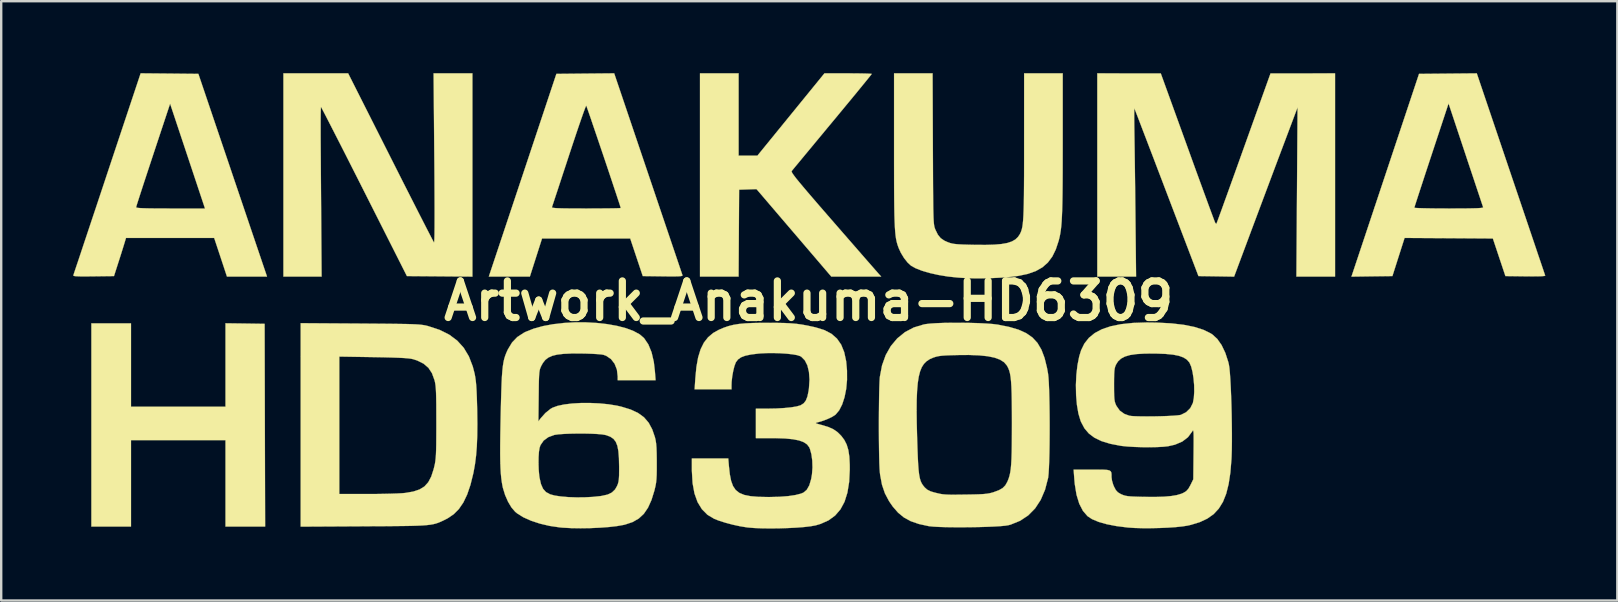
<source format=kicad_pcb>
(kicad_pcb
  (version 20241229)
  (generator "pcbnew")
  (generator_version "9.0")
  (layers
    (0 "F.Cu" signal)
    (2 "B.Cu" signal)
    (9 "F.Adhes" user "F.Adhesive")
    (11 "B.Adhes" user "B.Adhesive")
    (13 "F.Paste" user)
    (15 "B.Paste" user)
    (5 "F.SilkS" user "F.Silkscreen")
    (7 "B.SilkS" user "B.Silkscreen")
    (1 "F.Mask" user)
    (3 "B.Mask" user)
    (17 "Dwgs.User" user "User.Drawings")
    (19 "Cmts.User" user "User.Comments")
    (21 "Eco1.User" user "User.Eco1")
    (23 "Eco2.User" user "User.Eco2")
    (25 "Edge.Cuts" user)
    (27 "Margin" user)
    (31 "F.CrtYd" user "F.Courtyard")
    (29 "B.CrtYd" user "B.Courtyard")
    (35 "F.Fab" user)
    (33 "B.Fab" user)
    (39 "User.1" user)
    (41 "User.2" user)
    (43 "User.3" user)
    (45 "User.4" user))
  (footprint "Artwork_Anakuma-HD6309"
    (layer "F.Cu")
    (at 30.644 9.489)
    (property "Reference" "Artwork_Anakuma-HD6309" (at 0 0 0) (layer "F.SilkS") (effects (font (size 1.524 1.524) (thickness 0.3))))
    (attr through_hole)
    (fp_poly (pts (xy -23.484 0.941) (xy -22.669 0.953) (xy -22.659 5.175) (xy -22.648 9.398) (xy -24.299 9.398) (xy -24.299 5.8) (xy -28.236 5.8) (xy -28.236 9.398) (xy -29.887 9.398) (xy -29.887 0.931) (xy -28.236 0.931) (xy -28.236 4.403) (xy -24.299 4.403) (xy -24.299 0.93) (xy -23.484 0.941)) (stroke (width 0.01) (type solid)) (fill yes) (layer "F.SilkS"))
    (fp_poly (pts (xy -17.421 -5.98) (xy -17.164 -5.471) (xy -16.918 -4.983) (xy -16.684 -4.523) (xy -16.466 -4.094) (xy -16.267 -3.702) (xy -16.089 -3.354) (xy -15.935 -3.053) (xy -15.807 -2.805) (xy -15.709 -2.616) (xy -15.644 -2.492) (xy -15.613 -2.436) (xy -15.611 -2.434) (xy -15.603 -2.467) (xy -15.596 -2.585) (xy -15.591 -2.787) (xy -15.588 -3.073) (xy -15.587 -3.443) (xy -15.587 -3.898) (xy -15.589 -4.435) (xy -15.592 -5.057) (xy -15.597 -5.762) (xy -15.599 -5.937) (xy -15.629 -9.483) (xy -14.012 -9.483) (xy -14.012 -1.015) (xy -15.377 -1.026) (xy -16.741 -1.037) (xy -18.52 -4.561) (xy -18.777 -5.07) (xy -19.024 -5.557) (xy -19.257 -6.017) (xy -19.474 -6.444) (xy -19.673 -6.833) (xy -19.85 -7.18) (xy -20.003 -7.478) (xy -20.129 -7.723) (xy -20.226 -7.909) (xy -20.29 -8.031) (xy -20.32 -8.083) (xy -20.322 -8.085) (xy -20.326 -8.044) (xy -20.33 -7.928) (xy -20.333 -7.745) (xy -20.335 -7.504) (xy -20.335 -7.213) (xy -20.335 -6.883) (xy -20.333 -6.522) (xy -20.332 -6.382) (xy -20.329 -5.93) (xy -20.326 -5.418) (xy -20.322 -4.867) (xy -20.318 -4.303) (xy -20.314 -3.748) (xy -20.31 -3.227) (xy -20.308 -2.847) (xy -20.295 -1.016) (xy -21.886 -1.016) (xy -21.886 -9.483) (xy -19.189 -9.483) (xy -17.421 -5.98)) (stroke (width 0.01) (type solid)) (fill yes) (layer "F.SilkS"))
    (fp_poly (pts (xy -2.921 -6.054) (xy -2.529 -6.054) (xy -2.138 -6.054) (xy 0.655 -9.483) (xy 1.64 -9.483) (xy 1.918 -9.482) (xy 2.166 -9.479) (xy 2.372 -9.475) (xy 2.524 -9.469) (xy 2.61 -9.463) (xy 2.625 -9.458) (xy 2.598 -9.422) (xy 2.523 -9.327) (xy 2.402 -9.178) (xy 2.241 -8.981) (xy 2.045 -8.741) (xy 1.818 -8.465) (xy 1.564 -8.158) (xy 1.289 -7.825) (xy 0.997 -7.473) (xy 0.984 -7.457) (xy 0.69 -7.103) (xy 0.411 -6.767) (xy 0.152 -6.454) (xy -0.082 -6.172) (xy -0.286 -5.926) (xy -0.455 -5.721) (xy -0.586 -5.564) (xy -0.671 -5.46) (xy -0.708 -5.415) (xy -0.708 -5.415) (xy -0.712 -5.394) (xy -0.699 -5.356) (xy -0.665 -5.299) (xy -0.606 -5.216) (xy -0.52 -5.103) (xy -0.401 -4.957) (xy -0.247 -4.773) (xy -0.054 -4.545) (xy 0.181 -4.271) (xy 0.463 -3.944) (xy 0.795 -3.562) (xy 1.042 -3.278) (xy 1.356 -2.917) (xy 1.655 -2.574) (xy 1.935 -2.253) (xy 2.19 -1.96) (xy 2.415 -1.702) (xy 2.607 -1.483) (xy 2.759 -1.309) (xy 2.867 -1.186) (xy 2.925 -1.119) (xy 2.933 -1.111) (xy 3.02 -1.016) (xy 0.941 -1.016) (xy -0.617 -2.838) (xy -2.175 -4.66) (xy -2.538 -4.648) (xy -2.9 -4.636) (xy -2.922 -1.016) (xy -4.53 -1.016) (xy -4.53 -9.483) (xy -2.921 -9.483) (xy -2.921 -6.054)) (stroke (width 0.01) (type solid)) (fill yes) (layer "F.SilkS"))
    (fp_poly (pts (xy -26.632 -9.473) (xy -25.429 -9.461) (xy -24.72 -7.366) (xy -24.551 -6.867) (xy -24.362 -6.309) (xy -24.16 -5.714) (xy -23.953 -5.101) (xy -23.747 -4.494) (xy -23.55 -3.912) (xy -23.369 -3.377) (xy -23.29 -3.143) (xy -22.569 -1.016) (xy -24.238 -1.016) (xy -24.504 -1.82) (xy -24.771 -2.625) (xy -28.444 -2.625) (xy -28.531 -2.339) (xy -28.58 -2.181) (xy -28.645 -1.972) (xy -28.719 -1.741) (xy -28.782 -1.545) (xy -28.945 -1.037) (xy -29.802 -1.026) (xy -30.102 -1.023) (xy -30.325 -1.023) (xy -30.482 -1.028) (xy -30.581 -1.036) (xy -30.63 -1.05) (xy -30.639 -1.068) (xy -30.623 -1.115) (xy -30.583 -1.237) (xy -30.519 -1.428) (xy -30.433 -1.683) (xy -30.328 -1.998) (xy -30.206 -2.366) (xy -30.067 -2.782) (xy -29.914 -3.241) (xy -29.748 -3.738) (xy -29.692 -3.905) (xy -28.023 -3.905) (xy -28.006 -3.89) (xy -27.949 -3.878) (xy -27.845 -3.869) (xy -27.688 -3.862) (xy -27.47 -3.857) (xy -27.186 -3.854) (xy -26.827 -3.853) (xy -26.589 -3.852) (xy -25.153 -3.852) (xy -25.88 -6.036) (xy -26.607 -8.219) (xy -27.314 -6.088) (xy -27.448 -5.681) (xy -27.575 -5.297) (xy -27.691 -4.945) (xy -27.793 -4.631) (xy -27.88 -4.364) (xy -27.948 -4.151) (xy -27.996 -4) (xy -28.02 -3.917) (xy -28.023 -3.905) (xy -29.692 -3.905) (xy -29.572 -4.266) (xy -29.387 -4.821) (xy -29.227 -5.303) (xy -27.834 -9.484) (xy -26.632 -9.473)) (stroke (width 0.01) (type solid)) (fill yes) (layer "F.SilkS"))
    (fp_poly (pts (xy 29.252 -5.289) (xy 29.446 -4.715) (xy 29.633 -4.164) (xy 29.81 -3.641) (xy 29.976 -3.15) (xy 30.129 -2.698) (xy 30.267 -2.29) (xy 30.388 -1.93) (xy 30.492 -1.625) (xy 30.575 -1.38) (xy 30.636 -1.199) (xy 30.673 -1.089) (xy 30.685 -1.055) (xy 30.649 -1.041) (xy 30.536 -1.031) (xy 30.35 -1.025) (xy 30.1 -1.024) (xy 29.863 -1.026) (xy 29.027 -1.037) (xy 28.765 -1.82) (xy 28.504 -2.603) (xy 26.665 -2.615) (xy 24.826 -2.626) (xy 24.572 -1.831) (xy 24.319 -1.037) (xy 23.466 -1.026) (xy 22.612 -1.014) (xy 23.569 -3.884) (xy 25.232 -3.884) (xy 25.272 -3.877) (xy 25.388 -3.87) (xy 25.568 -3.864) (xy 25.805 -3.859) (xy 26.087 -3.855) (xy 26.405 -3.853) (xy 26.675 -3.852) (xy 27.077 -3.853) (xy 27.401 -3.855) (xy 27.655 -3.859) (xy 27.844 -3.864) (xy 27.976 -3.872) (xy 28.057 -3.882) (xy 28.095 -3.895) (xy 28.099 -3.905) (xy 28.082 -3.954) (xy 28.041 -4.076) (xy 27.979 -4.263) (xy 27.897 -4.508) (xy 27.799 -4.802) (xy 27.687 -5.139) (xy 27.563 -5.51) (xy 27.43 -5.908) (xy 27.369 -6.093) (xy 26.658 -8.229) (xy 25.945 -6.072) (xy 25.81 -5.663) (xy 25.683 -5.278) (xy 25.568 -4.925) (xy 25.465 -4.611) (xy 25.378 -4.344) (xy 25.309 -4.131) (xy 25.26 -3.979) (xy 25.235 -3.897) (xy 25.232 -3.884) (xy 23.569 -3.884) (xy 24.02 -5.238) (xy 25.428 -9.461) (xy 27.834 -9.483) (xy 29.252 -5.289)) (stroke (width 0.01) (type solid)) (fill yes) (layer "F.SilkS"))
    (fp_poly (pts (xy 21.929 -1.016) (xy 20.319 -1.016) (xy 20.367 -8.065) (xy 19.737 -6.392) (xy 19.577 -5.968) (xy 19.395 -5.484) (xy 19.2 -4.963) (xy 18.998 -4.424) (xy 18.797 -3.888) (xy 18.606 -3.377) (xy 18.431 -2.911) (xy 18.415 -2.867) (xy 17.723 -1.014) (xy 16.981 -1.026) (xy 16.238 -1.037) (xy 14.914 -4.508) (xy 14.717 -5.026) (xy 14.528 -5.521) (xy 14.35 -5.989) (xy 14.184 -6.422) (xy 14.034 -6.815) (xy 13.9 -7.163) (xy 13.787 -7.461) (xy 13.695 -7.701) (xy 13.626 -7.878) (xy 13.584 -7.987) (xy 13.57 -8.022) (xy 13.565 -7.993) (xy 13.562 -7.89) (xy 13.561 -7.724) (xy 13.562 -7.504) (xy 13.565 -7.243) (xy 13.569 -6.964) (xy 13.573 -6.706) (xy 13.578 -6.376) (xy 13.583 -5.987) (xy 13.589 -5.551) (xy 13.595 -5.082) (xy 13.601 -4.593) (xy 13.606 -4.095) (xy 13.612 -3.602) (xy 13.613 -3.44) (xy 13.639 -1.016) (xy 12.023 -1.016) (xy 12.023 -9.483) (xy 13.346 -9.482) (xy 14.668 -9.482) (xy 15.785 -6.397) (xy 15.962 -5.907) (xy 16.131 -5.44) (xy 16.291 -5.002) (xy 16.438 -4.599) (xy 16.571 -4.236) (xy 16.686 -3.921) (xy 16.783 -3.66) (xy 16.858 -3.458) (xy 16.909 -3.323) (xy 16.934 -3.259) (xy 16.936 -3.255) (xy 16.975 -3.216) (xy 16.988 -3.219) (xy 17.004 -3.261) (xy 17.047 -3.376) (xy 17.114 -3.56) (xy 17.203 -3.804) (xy 17.311 -4.104) (xy 17.438 -4.454) (xy 17.579 -4.847) (xy 17.734 -5.276) (xy 17.899 -5.737) (xy 18.073 -6.223) (xy 18.122 -6.36) (xy 19.241 -9.482) (xy 20.585 -9.482) (xy 21.929 -9.483) (xy 21.929 -1.016)) (stroke (width 0.01) (type solid)) (fill yes) (layer "F.SilkS"))
    (fp_poly (pts (xy -6.691 -5.303) (xy -6.497 -4.73) (xy -6.311 -4.179) (xy -6.134 -3.656) (xy -5.968 -3.165) (xy -5.815 -2.713) (xy -5.677 -2.305) (xy -5.555 -1.945) (xy -5.452 -1.64) (xy -5.369 -1.394) (xy -5.308 -1.213) (xy -5.27 -1.103) (xy -5.258 -1.068) (xy -5.268 -1.049) (xy -5.319 -1.036) (xy -5.419 -1.027) (xy -5.578 -1.023) (xy -5.805 -1.023) (xy -6.077 -1.026) (xy -6.914 -1.037) (xy -7.176 -1.82) (xy -7.437 -2.603) (xy -11.111 -2.603) (xy -11.364 -1.81) (xy -11.618 -1.016) (xy -13.328 -1.016) (xy -12.365 -3.905) (xy -10.7 -3.905) (xy -10.688 -3.89) (xy -10.638 -3.879) (xy -10.542 -3.869) (xy -10.393 -3.862) (xy -10.185 -3.857) (xy -9.911 -3.854) (xy -9.563 -3.853) (xy -9.276 -3.852) (xy -8.935 -3.853) (xy -8.624 -3.855) (xy -8.351 -3.857) (xy -8.125 -3.86) (xy -7.957 -3.864) (xy -7.857 -3.869) (xy -7.832 -3.872) (xy -7.845 -3.919) (xy -7.882 -4.036) (xy -7.941 -4.215) (xy -8.017 -4.447) (xy -8.109 -4.722) (xy -8.212 -5.032) (xy -8.324 -5.368) (xy -8.442 -5.72) (xy -8.563 -6.079) (xy -8.684 -6.436) (xy -8.801 -6.782) (xy -8.912 -7.108) (xy -9.013 -7.405) (xy -9.101 -7.664) (xy -9.174 -7.875) (xy -9.229 -8.031) (xy -9.261 -8.12) (xy -9.269 -8.139) (xy -9.287 -8.106) (xy -9.329 -8) (xy -9.392 -7.828) (xy -9.473 -7.598) (xy -9.57 -7.316) (xy -9.681 -6.99) (xy -9.802 -6.627) (xy -9.932 -6.235) (xy -9.988 -6.065) (xy -10.121 -5.659) (xy -10.247 -5.278) (xy -10.362 -4.927) (xy -10.464 -4.616) (xy -10.552 -4.352) (xy -10.621 -4.141) (xy -10.67 -3.993) (xy -10.696 -3.915) (xy -10.7 -3.905) (xy -12.365 -3.905) (xy -11.92 -5.239) (xy -10.513 -9.461) (xy -9.309 -9.473) (xy -8.105 -9.484) (xy -6.691 -5.303)) (stroke (width 0.01) (type solid)) (fill yes) (layer "F.SilkS"))
    (fp_poly (pts (xy -18.68 0.942) (xy -18.156 0.946) (xy -17.71 0.949) (xy -17.333 0.953) (xy -17.02 0.957) (xy -16.762 0.961) (xy -16.552 0.967) (xy -16.384 0.974) (xy -16.248 0.982) (xy -16.139 0.993) (xy -16.049 1.005) (xy -15.971 1.019) (xy -15.897 1.037) (xy -15.854 1.048) (xy -15.383 1.203) (xy -14.982 1.402) (xy -14.647 1.65) (xy -14.374 1.951) (xy -14.159 2.309) (xy -13.997 2.729) (xy -13.92 3.027) (xy -13.893 3.171) (xy -13.871 3.33) (xy -13.853 3.518) (xy -13.839 3.746) (xy -13.827 4.029) (xy -13.817 4.378) (xy -13.813 4.555) (xy -13.806 5.122) (xy -13.811 5.617) (xy -13.828 6.054) (xy -13.859 6.443) (xy -13.904 6.799) (xy -13.964 7.133) (xy -13.975 7.184) (xy -14.093 7.662) (xy -14.23 8.063) (xy -14.389 8.396) (xy -14.574 8.667) (xy -14.791 8.885) (xy -15.043 9.056) (xy -15.132 9.102) (xy -15.242 9.156) (xy -15.34 9.201) (xy -15.435 9.24) (xy -15.533 9.273) (xy -15.641 9.3) (xy -15.767 9.322) (xy -15.917 9.339) (xy -16.099 9.353) (xy -16.319 9.363) (xy -16.585 9.371) (xy -16.904 9.376) (xy -17.283 9.38) (xy -17.729 9.384) (xy -18.249 9.386) (xy -18.531 9.388) (xy -21.167 9.402) (xy -21.167 8.043) (xy -19.558 8.043) (xy -18.361 8.043) (xy -18.029 8.042) (xy -17.706 8.037) (xy -17.406 8.03) (xy -17.145 8.021) (xy -16.939 8.01) (xy -16.805 7.998) (xy -16.476 7.941) (xy -16.215 7.854) (xy -16.01 7.728) (xy -15.851 7.552) (xy -15.727 7.316) (xy -15.627 7.009) (xy -15.594 6.875) (xy -15.572 6.775) (xy -15.555 6.669) (xy -15.542 6.548) (xy -15.531 6.401) (xy -15.524 6.217) (xy -15.519 5.987) (xy -15.517 5.7) (xy -15.515 5.345) (xy -15.515 5.059) (xy -15.516 4.653) (xy -15.517 4.322) (xy -15.521 4.056) (xy -15.526 3.845) (xy -15.534 3.679) (xy -15.545 3.549) (xy -15.559 3.444) (xy -15.577 3.355) (xy -15.59 3.302) (xy -15.696 3.011) (xy -15.845 2.785) (xy -16.047 2.612) (xy -16.312 2.481) (xy -16.481 2.426) (xy -16.569 2.407) (xy -16.695 2.391) (xy -16.867 2.377) (xy -17.092 2.366) (xy -17.379 2.356) (xy -17.735 2.347) (xy -18.129 2.34) (xy -19.558 2.317) (xy -19.558 8.043) (xy -21.167 8.043) (xy -21.167 0.926) (xy -18.68 0.942)) (stroke (width 0.01) (type solid)) (fill yes) (layer "F.SilkS"))
    (fp_poly (pts (xy 5.173 -6.339) (xy 5.176 -5.749) (xy 5.178 -5.237) (xy 5.18 -4.797) (xy 5.183 -4.424) (xy 5.186 -4.111) (xy 5.189 -3.853) (xy 5.194 -3.642) (xy 5.199 -3.474) (xy 5.206 -3.342) (xy 5.214 -3.239) (xy 5.224 -3.16) (xy 5.235 -3.099) (xy 5.248 -3.05) (xy 5.264 -3.006) (xy 5.279 -2.968) (xy 5.38 -2.763) (xy 5.497 -2.618) (xy 5.654 -2.511) (xy 5.796 -2.448) (xy 5.885 -2.416) (xy 5.976 -2.392) (xy 6.085 -2.374) (xy 6.224 -2.361) (xy 6.407 -2.351) (xy 6.65 -2.344) (xy 6.921 -2.338) (xy 7.365 -2.335) (xy 7.733 -2.346) (xy 8.033 -2.372) (xy 8.274 -2.415) (xy 8.463 -2.478) (xy 8.61 -2.562) (xy 8.721 -2.669) (xy 8.792 -2.775) (xy 8.825 -2.84) (xy 8.854 -2.91) (xy 8.879 -2.992) (xy 8.901 -3.091) (xy 8.918 -3.213) (xy 8.933 -3.365) (xy 8.945 -3.552) (xy 8.954 -3.78) (xy 8.962 -4.056) (xy 8.967 -4.386) (xy 8.97 -4.774) (xy 8.973 -5.229) (xy 8.974 -5.754) (xy 8.974 -6.358) (xy 8.974 -6.488) (xy 8.975 -9.483) (xy 10.583 -9.483) (xy 10.583 -6.551) (xy 10.582 -5.916) (xy 10.581 -5.359) (xy 10.578 -4.874) (xy 10.574 -4.455) (xy 10.568 -4.094) (xy 10.56 -3.785) (xy 10.549 -3.522) (xy 10.537 -3.299) (xy 10.521 -3.109) (xy 10.502 -2.945) (xy 10.48 -2.801) (xy 10.454 -2.671) (xy 10.424 -2.548) (xy 10.413 -2.506) (xy 10.295 -2.149) (xy 10.148 -1.849) (xy 9.964 -1.602) (xy 9.737 -1.402) (xy 9.46 -1.245) (xy 9.125 -1.127) (xy 8.725 -1.043) (xy 8.254 -0.988) (xy 8.043 -0.974) (xy 7.61 -0.952) (xy 7.235 -0.941) (xy 6.892 -0.941) (xy 6.553 -0.953) (xy 6.195 -0.976) (xy 6.192 -0.977) (xy 5.794 -1.019) (xy 5.407 -1.083) (xy 5.044 -1.164) (xy 4.722 -1.258) (xy 4.455 -1.363) (xy 4.266 -1.467) (xy 4.122 -1.598) (xy 3.974 -1.785) (xy 3.841 -2.003) (xy 3.754 -2.191) (xy 3.718 -2.286) (xy 3.688 -2.38) (xy 3.661 -2.482) (xy 3.638 -2.596) (xy 3.619 -2.729) (xy 3.603 -2.887) (xy 3.59 -3.077) (xy 3.58 -3.303) (xy 3.571 -3.573) (xy 3.565 -3.892) (xy 3.561 -4.266) (xy 3.558 -4.702) (xy 3.557 -5.206) (xy 3.556 -5.783) (xy 3.556 -6.292) (xy 3.556 -9.483) (xy 5.161 -9.483) (xy 5.173 -6.339)) (stroke (width 0.01) (type solid)) (fill yes) (layer "F.SilkS"))
    (fp_poly (pts (xy -1.334 0.913) (xy -1.019 0.919) (xy -0.753 0.932) (xy -0.516 0.952) (xy -0.291 0.983) (xy -0.06 1.025) (xy 0.197 1.08) (xy 0.302 1.105) (xy 0.654 1.214) (xy 0.944 1.366) (xy 1.175 1.566) (xy 1.352 1.82) (xy 1.479 2.134) (xy 1.56 2.512) (xy 1.595 2.9) (xy 1.596 3.293) (xy 1.561 3.668) (xy 1.492 4.011) (xy 1.394 4.311) (xy 1.27 4.555) (xy 1.123 4.73) (xy 1.094 4.754) (xy 0.946 4.844) (xy 0.747 4.935) (xy 0.528 5.014) (xy 0.36 5.06) (xy 0.303 5.076) (xy 0.298 5.093) (xy 0.354 5.116) (xy 0.48 5.152) (xy 0.536 5.166) (xy 0.813 5.249) (xy 1.028 5.346) (xy 1.204 5.469) (xy 1.35 5.614) (xy 1.484 5.791) (xy 1.582 5.985) (xy 1.651 6.213) (xy 1.692 6.486) (xy 1.709 6.821) (xy 1.71 7.027) (xy 1.684 7.541) (xy 1.612 7.986) (xy 1.493 8.365) (xy 1.323 8.681) (xy 1.102 8.938) (xy 0.827 9.14) (xy 0.496 9.288) (xy 0.287 9.35) (xy 0.086 9.386) (xy -0.182 9.418) (xy -0.5 9.443) (xy -0.853 9.461) (xy -1.223 9.473) (xy -1.592 9.477) (xy -1.945 9.473) (xy -2.264 9.46) (xy -2.533 9.438) (xy -2.574 9.433) (xy -2.859 9.387) (xy -3.17 9.319) (xy -3.478 9.237) (xy -3.754 9.149) (xy -3.937 9.077) (xy -4.22 8.908) (xy -4.451 8.675) (xy -4.631 8.38) (xy -4.76 8.019) (xy -4.838 7.592) (xy -4.867 7.097) (xy -4.868 7.059) (xy -4.868 6.562) (xy -3.352 6.562) (xy -3.324 6.89) (xy -3.287 7.224) (xy -3.233 7.496) (xy -3.154 7.712) (xy -3.042 7.877) (xy -2.888 7.998) (xy -2.684 8.082) (xy -2.423 8.134) (xy -2.095 8.161) (xy -1.693 8.169) (xy -1.635 8.169) (xy -1.219 8.159) (xy -0.856 8.131) (xy -0.554 8.086) (xy -0.322 8.027) (xy -0.219 7.984) (xy -0.082 7.869) (xy 0.025 7.68) (xy 0.103 7.415) (xy 0.137 7.215) (xy 0.157 6.937) (xy 0.148 6.652) (xy 0.113 6.388) (xy 0.053 6.17) (xy 0.021 6.095) (xy -0.069 5.977) (xy -0.208 5.883) (xy -0.403 5.811) (xy -0.659 5.761) (xy -0.984 5.729) (xy -1.384 5.716) (xy -1.532 5.715) (xy -2.201 5.715) (xy -2.201 4.487) (xy -1.704 4.487) (xy -1.347 4.48) (xy -1.02 4.461) (xy -0.736 4.433) (xy -0.509 4.396) (xy -0.35 4.351) (xy -0.328 4.341) (xy -0.207 4.262) (xy -0.118 4.146) (xy -0.053 3.978) (xy -0.005 3.746) (xy 0.01 3.635) (xy 0.033 3.275) (xy 0.01 2.956) (xy -0.055 2.686) (xy -0.162 2.474) (xy -0.307 2.327) (xy -0.353 2.3) (xy -0.478 2.258) (xy -0.67 2.224) (xy -0.912 2.197) (xy -1.187 2.179) (xy -1.477 2.17) (xy -1.766 2.173) (xy -2.036 2.187) (xy -2.1 2.193) (xy -2.408 2.231) (xy -2.644 2.281) (xy -2.818 2.347) (xy -2.943 2.434) (xy -3.029 2.547) (xy -3.041 2.568) (xy -3.096 2.715) (xy -3.146 2.917) (xy -3.187 3.145) (xy -3.212 3.372) (xy -3.217 3.511) (xy -3.217 3.683) (xy -4.754 3.683) (xy -4.724 3.228) (xy -4.679 2.751) (xy -4.607 2.348) (xy -4.504 2.013) (xy -4.367 1.736) (xy -4.192 1.512) (xy -3.977 1.332) (xy -3.746 1.203) (xy -3.544 1.116) (xy -3.346 1.048) (xy -3.138 0.996) (xy -2.906 0.958) (xy -2.638 0.933) (xy -2.318 0.918) (xy -1.934 0.911) (xy -1.714 0.911) (xy -1.334 0.913)) (stroke (width 0.01) (type solid)) (fill yes) (layer "F.SilkS"))
    (fp_poly (pts (xy 6.712 0.914) (xy 7.065 0.924) (xy 7.388 0.94) (xy 7.663 0.96) (xy 7.875 0.986) (xy 7.886 0.988) (xy 8.351 1.081) (xy 8.74 1.196) (xy 9.061 1.341) (xy 9.322 1.523) (xy 9.532 1.751) (xy 9.697 2.032) (xy 9.826 2.373) (xy 9.927 2.783) (xy 9.971 3.027) (xy 9.988 3.18) (xy 10.003 3.404) (xy 10.015 3.687) (xy 10.024 4.016) (xy 10.031 4.382) (xy 10.036 4.771) (xy 10.038 5.173) (xy 10.037 5.575) (xy 10.034 5.966) (xy 10.028 6.334) (xy 10.019 6.668) (xy 10.008 6.956) (xy 9.994 7.186) (xy 9.978 7.347) (xy 9.972 7.38) (xy 9.846 7.865) (xy 9.666 8.286) (xy 9.433 8.642) (xy 9.146 8.933) (xy 8.808 9.158) (xy 8.418 9.316) (xy 8.33 9.34) (xy 8.2 9.362) (xy 7.999 9.381) (xy 7.74 9.397) (xy 7.437 9.41) (xy 7.103 9.42) (xy 6.751 9.426) (xy 6.395 9.429) (xy 6.049 9.428) (xy 5.725 9.424) (xy 5.437 9.415) (xy 5.198 9.402) (xy 5.023 9.385) (xy 4.988 9.379) (xy 4.586 9.291) (xy 4.251 9.175) (xy 3.969 9.022) (xy 3.724 8.821) (xy 3.5 8.564) (xy 3.348 8.343) (xy 3.176 8.019) (xy 3.053 7.658) (xy 2.975 7.241) (xy 2.963 7.135) (xy 2.952 6.98) (xy 2.942 6.755) (xy 2.935 6.471) (xy 2.929 6.141) (xy 2.925 5.778) (xy 2.923 5.395) (xy 2.923 5.004) (xy 2.925 4.618) (xy 2.926 4.57) (xy 4.495 4.57) (xy 4.501 5.091) (xy 4.516 5.689) (xy 4.516 5.694) (xy 4.53 6.134) (xy 4.544 6.498) (xy 4.559 6.796) (xy 4.577 7.035) (xy 4.599 7.225) (xy 4.627 7.376) (xy 4.661 7.495) (xy 4.704 7.591) (xy 4.756 7.674) (xy 4.819 7.753) (xy 4.828 7.764) (xy 4.938 7.863) (xy 5.08 7.933) (xy 5.218 7.975) (xy 5.354 8.009) (xy 5.469 8.035) (xy 5.577 8.053) (xy 5.694 8.064) (xy 5.835 8.071) (xy 6.014 8.073) (xy 6.248 8.071) (xy 6.551 8.067) (xy 6.562 8.067) (xy 6.868 8.062) (xy 7.105 8.055) (xy 7.287 8.045) (xy 7.429 8.03) (xy 7.546 8.01) (xy 7.654 7.982) (xy 7.709 7.965) (xy 7.928 7.883) (xy 8.082 7.793) (xy 8.193 7.68) (xy 8.278 7.527) (xy 8.289 7.502) (xy 8.331 7.395) (xy 8.366 7.28) (xy 8.395 7.15) (xy 8.418 6.995) (xy 8.435 6.807) (xy 8.448 6.578) (xy 8.457 6.298) (xy 8.462 5.959) (xy 8.465 5.553) (xy 8.466 5.08) (xy 8.465 4.597) (xy 8.461 4.191) (xy 8.455 3.853) (xy 8.445 3.575) (xy 8.43 3.348) (xy 8.411 3.166) (xy 8.385 3.018) (xy 8.353 2.898) (xy 8.313 2.796) (xy 8.265 2.705) (xy 8.252 2.684) (xy 8.138 2.552) (xy 7.97 2.445) (xy 7.745 2.362) (xy 7.457 2.303) (xy 7.1 2.266) (xy 6.671 2.25) (xy 6.246 2.253) (xy 5.952 2.26) (xy 5.727 2.268) (xy 5.556 2.28) (xy 5.424 2.297) (xy 5.315 2.32) (xy 5.213 2.352) (xy 5.186 2.361) (xy 5.037 2.427) (xy 4.91 2.511) (xy 4.802 2.619) (xy 4.712 2.758) (xy 4.64 2.934) (xy 4.584 3.153) (xy 4.543 3.419) (xy 4.515 3.741) (xy 4.499 4.122) (xy 4.495 4.57) (xy 2.926 4.57) (xy 2.929 4.249) (xy 2.934 3.91) (xy 2.941 3.613) (xy 2.95 3.372) (xy 2.961 3.198) (xy 2.965 3.156) (xy 3.055 2.682) (xy 3.208 2.255) (xy 3.421 1.879) (xy 3.69 1.559) (xy 4.01 1.299) (xy 4.377 1.105) (xy 4.788 0.981) (xy 4.868 0.965) (xy 5.061 0.943) (xy 5.321 0.926) (xy 5.632 0.914) (xy 5.979 0.909) (xy 6.345 0.909) (xy 6.712 0.914)) (stroke (width 0.01) (type solid)) (fill yes) (layer "F.SilkS"))
    (fp_poly (pts (xy -8.833 0.916) (xy -8.396 0.965) (xy -7.987 1.038) (xy -7.618 1.133) (xy -7.3 1.252) (xy -7.042 1.392) (xy -6.862 1.546) (xy -6.683 1.809) (xy -6.547 2.14) (xy -6.454 2.54) (xy -6.409 2.925) (xy -6.38 3.302) (xy -7.959 3.302) (xy -7.959 3.14) (xy -7.992 2.858) (xy -8.088 2.615) (xy -8.239 2.42) (xy -8.438 2.285) (xy -8.554 2.243) (xy -8.652 2.227) (xy -8.818 2.213) (xy -9.033 2.201) (xy -9.28 2.192) (xy -9.496 2.188) (xy -9.896 2.189) (xy -10.221 2.204) (xy -10.482 2.235) (xy -10.688 2.286) (xy -10.849 2.359) (xy -10.975 2.457) (xy -11.075 2.584) (xy -11.134 2.688) (xy -11.166 2.756) (xy -11.192 2.821) (xy -11.211 2.895) (xy -11.224 2.989) (xy -11.234 3.116) (xy -11.241 3.287) (xy -11.246 3.514) (xy -11.249 3.808) (xy -11.251 3.958) (xy -11.263 5.016) (xy -11.168 4.889) (xy -10.971 4.668) (xy -10.758 4.497) (xy -10.671 4.447) (xy -10.462 4.371) (xy -10.186 4.313) (xy -9.859 4.273) (xy -9.495 4.252) (xy -9.111 4.251) (xy -8.722 4.268) (xy -8.343 4.305) (xy -7.991 4.362) (xy -7.803 4.405) (xy -7.419 4.523) (xy -7.109 4.668) (xy -6.862 4.848) (xy -6.669 5.073) (xy -6.52 5.35) (xy -6.408 5.675) (xy -6.379 5.801) (xy -6.357 5.943) (xy -6.343 6.119) (xy -6.335 6.344) (xy -6.331 6.633) (xy -6.331 6.731) (xy -6.331 7.023) (xy -6.335 7.249) (xy -6.345 7.427) (xy -6.36 7.575) (xy -6.385 7.713) (xy -6.419 7.857) (xy -6.428 7.895) (xy -6.551 8.293) (xy -6.697 8.615) (xy -6.871 8.87) (xy -7.083 9.066) (xy -7.339 9.212) (xy -7.647 9.315) (xy -7.714 9.331) (xy -7.985 9.379) (xy -8.321 9.418) (xy -8.7 9.446) (xy -9.102 9.464) (xy -9.508 9.47) (xy -9.898 9.464) (xy -10.251 9.445) (xy -10.372 9.434) (xy -10.795 9.372) (xy -11.199 9.277) (xy -11.57 9.155) (xy -11.892 9.011) (xy -12.15 8.849) (xy -12.228 8.785) (xy -12.383 8.606) (xy -12.527 8.365) (xy -12.65 8.085) (xy -12.741 7.789) (xy -12.759 7.705) (xy -12.788 7.541) (xy -12.811 7.365) (xy -12.829 7.168) (xy -12.842 6.941) (xy -12.848 6.764) (xy -11.258 6.764) (xy -11.25 7.026) (xy -11.229 7.268) (xy -11.215 7.366) (xy -11.155 7.63) (xy -11.069 7.825) (xy -10.948 7.961) (xy -10.784 8.052) (xy -10.774 8.056) (xy -10.58 8.108) (xy -10.321 8.146) (xy -10.014 8.172) (xy -9.678 8.184) (xy -9.332 8.181) (xy -8.992 8.163) (xy -8.679 8.13) (xy -8.632 8.123) (xy -8.384 8.068) (xy -8.203 7.982) (xy -8.071 7.857) (xy -7.988 7.714) (xy -7.951 7.625) (xy -7.926 7.534) (xy -7.91 7.422) (xy -7.901 7.274) (xy -7.899 7.069) (xy -7.899 6.9) (xy -7.907 6.541) (xy -7.93 6.256) (xy -7.972 6.035) (xy -8.039 5.868) (xy -8.134 5.746) (xy -8.262 5.658) (xy -8.427 5.595) (xy -8.478 5.582) (xy -8.616 5.559) (xy -8.82 5.542) (xy -9.073 5.53) (xy -9.356 5.524) (xy -9.65 5.524) (xy -9.938 5.529) (xy -10.201 5.54) (xy -10.422 5.556) (xy -10.581 5.578) (xy -10.598 5.582) (xy -10.848 5.673) (xy -11.044 5.817) (xy -11.174 6.004) (xy -11.213 6.115) (xy -11.24 6.282) (xy -11.255 6.507) (xy -11.258 6.764) (xy -12.848 6.764) (xy -12.851 6.677) (xy -12.855 6.368) (xy -12.854 6.004) (xy -12.849 5.578) (xy -12.84 5.082) (xy -12.832 4.678) (xy -12.82 4.19) (xy -12.808 3.778) (xy -12.796 3.433) (xy -12.782 3.147) (xy -12.764 2.91) (xy -12.743 2.714) (xy -12.717 2.551) (xy -12.686 2.411) (xy -12.647 2.286) (xy -12.601 2.166) (xy -12.546 2.044) (xy -12.532 2.016) (xy -12.36 1.73) (xy -12.142 1.503) (xy -11.863 1.321) (xy -11.79 1.285) (xy -11.454 1.152) (xy -11.071 1.047) (xy -10.652 0.969) (xy -10.208 0.917) (xy -9.75 0.891) (xy -9.288 0.891) (xy -8.833 0.916)) (stroke (width 0.01) (type solid)) (fill yes) (layer "F.SilkS"))
    (fp_poly (pts (xy 14.514 0.902) (xy 15.109 0.934) (xy 15.626 0.994) (xy 16.07 1.083) (xy 16.442 1.201) (xy 16.744 1.349) (xy 16.819 1.397) (xy 17.023 1.584) (xy 17.205 1.844) (xy 17.359 2.168) (xy 17.481 2.545) (xy 17.506 2.651) (xy 17.527 2.788) (xy 17.547 2.997) (xy 17.566 3.268) (xy 17.583 3.587) (xy 17.598 3.944) (xy 17.611 4.326) (xy 17.621 4.721) (xy 17.627 5.118) (xy 17.631 5.505) (xy 17.631 5.87) (xy 17.627 6.2) (xy 17.618 6.485) (xy 17.612 6.604) (xy 17.567 7.153) (xy 17.495 7.627) (xy 17.394 8.031) (xy 17.258 8.371) (xy 17.084 8.653) (xy 16.868 8.884) (xy 16.605 9.069) (xy 16.293 9.215) (xy 15.927 9.327) (xy 15.782 9.36) (xy 15.571 9.393) (xy 15.293 9.422) (xy 14.969 9.444) (xy 14.617 9.459) (xy 14.256 9.467) (xy 13.905 9.467) (xy 13.582 9.458) (xy 13.308 9.44) (xy 13.294 9.439) (xy 12.825 9.38) (xy 12.416 9.301) (xy 12.073 9.203) (xy 11.802 9.089) (xy 11.615 8.965) (xy 11.423 8.742) (xy 11.271 8.446) (xy 11.158 8.076) (xy 11.085 7.632) (xy 11.067 7.434) (xy 11.037 7.027) (xy 11.801 7.027) (xy 12.082 7.027) (xy 12.29 7.03) (xy 12.435 7.04) (xy 12.53 7.062) (xy 12.584 7.099) (xy 12.609 7.155) (xy 12.616 7.236) (xy 12.616 7.338) (xy 12.635 7.481) (xy 12.684 7.65) (xy 12.721 7.738) (xy 12.797 7.881) (xy 12.881 7.972) (xy 13.001 8.044) (xy 13.027 8.056) (xy 13.107 8.089) (xy 13.19 8.114) (xy 13.292 8.132) (xy 13.426 8.145) (xy 13.608 8.153) (xy 13.852 8.16) (xy 14.023 8.163) (xy 14.454 8.165) (xy 14.811 8.154) (xy 15.102 8.128) (xy 15.339 8.088) (xy 15.529 8.031) (xy 15.609 7.996) (xy 15.727 7.925) (xy 15.816 7.827) (xy 15.903 7.675) (xy 15.905 7.67) (xy 16.023 7.429) (xy 16.034 6.371) (xy 16.037 6.046) (xy 16.038 5.798) (xy 16.037 5.617) (xy 16.034 5.495) (xy 16.026 5.424) (xy 16.016 5.396) (xy 16 5.401) (xy 15.98 5.432) (xy 15.976 5.44) (xy 15.802 5.675) (xy 15.565 5.857) (xy 15.261 5.987) (xy 14.977 6.052) (xy 14.778 6.074) (xy 14.516 6.088) (xy 14.214 6.094) (xy 13.895 6.092) (xy 13.579 6.082) (xy 13.289 6.065) (xy 13.047 6.041) (xy 12.996 6.034) (xy 12.561 5.95) (xy 12.201 5.84) (xy 11.907 5.699) (xy 11.671 5.522) (xy 11.487 5.305) (xy 11.347 5.042) (xy 11.327 4.995) (xy 11.237 4.694) (xy 11.175 4.332) (xy 11.14 3.93) (xy 11.132 3.506) (xy 11.132 3.493) (xy 12.721 3.493) (xy 12.722 3.752) (xy 12.726 3.942) (xy 12.735 4.081) (xy 12.75 4.184) (xy 12.774 4.267) (xy 12.809 4.347) (xy 12.819 4.369) (xy 12.958 4.567) (xy 13.152 4.706) (xy 13.36 4.781) (xy 13.465 4.795) (xy 13.637 4.804) (xy 13.86 4.81) (xy 14.117 4.811) (xy 14.393 4.809) (xy 14.671 4.803) (xy 14.935 4.794) (xy 15.168 4.782) (xy 15.355 4.768) (xy 15.48 4.751) (xy 15.506 4.745) (xy 15.726 4.635) (xy 15.897 4.466) (xy 16.004 4.254) (xy 16.007 4.245) (xy 16.046 4.037) (xy 16.062 3.784) (xy 16.058 3.505) (xy 16.033 3.224) (xy 15.992 2.96) (xy 15.935 2.735) (xy 15.864 2.571) (xy 15.857 2.56) (xy 15.755 2.444) (xy 15.614 2.354) (xy 15.424 2.285) (xy 15.176 2.236) (xy 14.864 2.206) (xy 14.477 2.191) (xy 14.408 2.19) (xy 13.995 2.193) (xy 13.658 2.213) (xy 13.386 2.253) (xy 13.173 2.316) (xy 13.01 2.403) (xy 12.887 2.518) (xy 12.806 2.646) (xy 12.773 2.721) (xy 12.75 2.803) (xy 12.735 2.91) (xy 12.726 3.056) (xy 12.722 3.258) (xy 12.721 3.493) (xy 11.132 3.493) (xy 11.151 3.082) (xy 11.197 2.677) (xy 11.27 2.309) (xy 11.348 2.055) (xy 11.485 1.775) (xy 11.674 1.536) (xy 11.917 1.337) (xy 12.219 1.177) (xy 12.583 1.054) (xy 13.013 0.967) (xy 13.511 0.915) (xy 14.083 0.896) (xy 14.514 0.902)) (stroke (width 0.01) (type solid)) (fill yes) (layer "F.SilkS")))
  (gr_rect
    (start -3 -3)
    (end 64.334 21.971)
    (stroke (width 0.1) (type default))
    (fill no)
    (layer "Edge.Cuts")))
</source>
